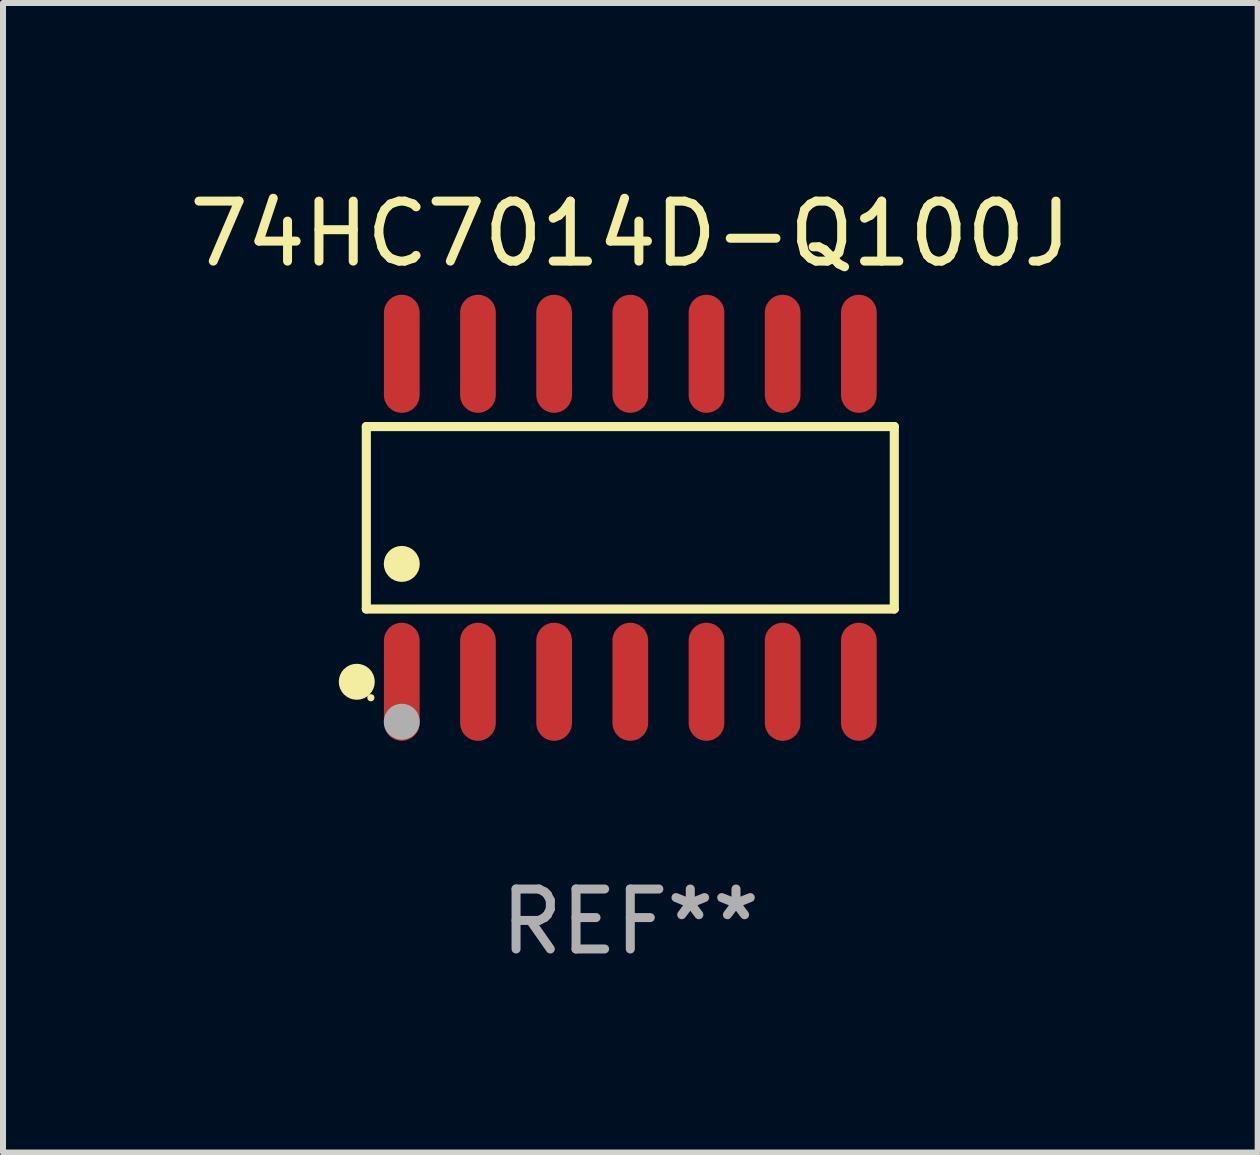
<source format=kicad_pcb>
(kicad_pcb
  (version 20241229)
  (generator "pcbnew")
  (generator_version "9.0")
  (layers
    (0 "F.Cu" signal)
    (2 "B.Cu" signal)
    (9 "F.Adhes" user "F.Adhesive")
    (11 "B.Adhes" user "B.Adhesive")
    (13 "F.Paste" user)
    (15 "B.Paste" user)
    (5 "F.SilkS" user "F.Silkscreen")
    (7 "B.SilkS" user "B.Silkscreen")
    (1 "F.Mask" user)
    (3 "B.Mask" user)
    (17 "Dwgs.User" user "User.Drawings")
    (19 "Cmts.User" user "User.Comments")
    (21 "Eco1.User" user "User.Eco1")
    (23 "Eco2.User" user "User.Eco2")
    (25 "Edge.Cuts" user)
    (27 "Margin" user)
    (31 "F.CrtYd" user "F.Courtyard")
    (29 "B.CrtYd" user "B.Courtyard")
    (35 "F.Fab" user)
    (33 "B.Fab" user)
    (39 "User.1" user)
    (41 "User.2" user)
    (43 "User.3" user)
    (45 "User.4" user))
  (footprint "74HC7014D-Q100J"
    (layer "F.Cu")
    (at 7.458 5.582)
    (property "Reference" "74HC7014D-Q100J" (at 0 -4.734 0) (layer "F.SilkS") (effects (font (size 1 1) (thickness 0.15))))
    (attr through_hole)
    (fp_line (start -4.401 -1.521) (end 4.401 -1.521) (stroke (width 0.152) (type solid)) (layer "F.SilkS"))
    (fp_line (start -4.401 1.521) (end -4.401 -1.521) (stroke (width 0.152) (type solid)) (layer "F.SilkS"))
    (fp_line (start 4.401 -1.521) (end 4.401 1.521) (stroke (width 0.152) (type solid)) (layer "F.SilkS"))
    (fp_line (start 4.401 1.521) (end -4.401 1.521) (stroke (width 0.152) (type solid)) (layer "F.SilkS"))
    (fp_circle (center -4.56 2.734) (end -4.41 2.734) (stroke (width 0.3) (type solid)) (fill no) (layer "F.SilkS"))
    (fp_circle (center -4.325 3) (end -4.295 3) (stroke (width 0.06) (type solid)) (fill no) (layer "F.SilkS"))
    (fp_circle (center -3.81 0.769) (end -3.66 0.769) (stroke (width 0.3) (type solid)) (fill no) (layer "F.SilkS"))
    (fp_circle (center -3.81 3.4) (end -3.66 3.4) (stroke (width 0.3) (type solid)) (fill no) (layer "F.Fab"))
    (fp_text user "REF**" (at 0 6.734 0) (layer "F.Fab") (effects (font (size 1 1) (thickness 0.15))))
    (pad "1" smd oval (at -3.81 2.734) (size 0.595 1.968) (layers "F.Cu" "F.Mask" "F.Paste"))
    (pad "2" smd oval (at -2.54 2.734) (size 0.595 1.968) (layers "F.Cu" "F.Mask" "F.Paste"))
    (pad "3" smd oval (at -1.27 2.734) (size 0.595 1.968) (layers "F.Cu" "F.Mask" "F.Paste"))
    (pad "4" smd oval (at 0 2.734) (size 0.595 1.968) (layers "F.Cu" "F.Mask" "F.Paste"))
    (pad "5" smd oval (at 1.27 2.734) (size 0.595 1.968) (layers "F.Cu" "F.Mask" "F.Paste"))
    (pad "6" smd oval (at 2.54 2.734) (size 0.595 1.968) (layers "F.Cu" "F.Mask" "F.Paste"))
    (pad "7" smd oval (at 3.81 2.734) (size 0.595 1.968) (layers "F.Cu" "F.Mask" "F.Paste"))
    (pad "8" smd oval (at 3.81 -2.734) (size 0.595 1.968) (layers "F.Cu" "F.Mask" "F.Paste"))
    (pad "9" smd oval (at 2.54 -2.734) (size 0.595 1.968) (layers "F.Cu" "F.Mask" "F.Paste"))
    (pad "10" smd oval (at 1.27 -2.734) (size 0.595 1.968) (layers "F.Cu" "F.Mask" "F.Paste"))
    (pad "11" smd oval (at 0 -2.734) (size 0.595 1.968) (layers "F.Cu" "F.Mask" "F.Paste"))
    (pad "12" smd oval (at -1.27 -2.734) (size 0.595 1.968) (layers "F.Cu" "F.Mask" "F.Paste"))
    (pad "13" smd oval (at -2.54 -2.734) (size 0.595 1.968) (layers "F.Cu" "F.Mask" "F.Paste"))
    (pad "14" smd oval (at -3.81 -2.734) (size 0.595 1.968) (layers "F.Cu" "F.Mask" "F.Paste")))
  (gr_rect
    (start -3 -3)
    (end 17.917 16.164)
    (stroke (width 0.1) (type default))
    (fill no)
    (layer "Edge.Cuts")))
</source>
